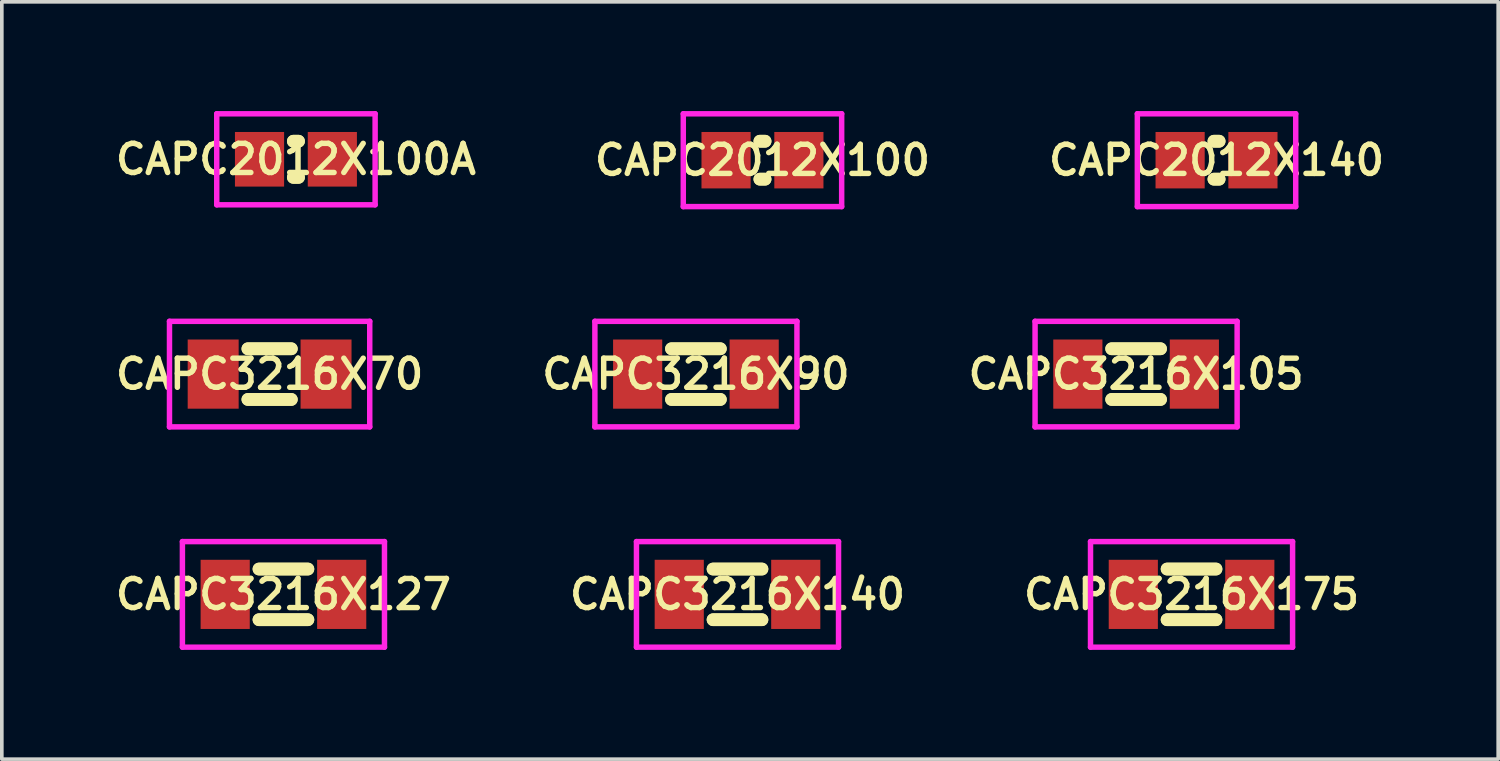
<source format=kicad_pcb>
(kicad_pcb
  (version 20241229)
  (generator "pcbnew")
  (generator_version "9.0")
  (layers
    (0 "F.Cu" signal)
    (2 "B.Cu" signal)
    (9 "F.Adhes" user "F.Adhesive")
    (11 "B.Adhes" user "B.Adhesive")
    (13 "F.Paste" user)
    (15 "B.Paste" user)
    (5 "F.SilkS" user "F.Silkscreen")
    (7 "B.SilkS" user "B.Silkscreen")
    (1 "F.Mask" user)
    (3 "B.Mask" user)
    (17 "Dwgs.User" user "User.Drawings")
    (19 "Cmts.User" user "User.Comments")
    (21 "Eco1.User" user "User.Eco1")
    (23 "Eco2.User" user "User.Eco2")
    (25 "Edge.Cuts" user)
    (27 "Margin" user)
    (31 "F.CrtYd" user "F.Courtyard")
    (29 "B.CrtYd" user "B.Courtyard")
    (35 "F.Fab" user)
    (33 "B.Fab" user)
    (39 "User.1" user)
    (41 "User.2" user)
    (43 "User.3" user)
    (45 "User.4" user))
  (footprint "CAPC2012X140"
    (layer "F.Cu")
    (at 30.363 1.35)
    (property "Reference" "CAPC2012X140" (at 0 0 0) (layer "F.SilkS") (effects (font (size 0.8 0.8) (thickness 0.15))))
    (attr smd)
    (fp_line (start -0.071 -0.521) (end 0.071 -0.521) (stroke (width 0.35) (type solid)) (layer "F.SilkS"))
    (fp_line (start -0.071 0.521) (end 0.071 0.521) (stroke (width 0.35) (type solid)) (layer "F.SilkS"))
    (fp_line (start 0.071 -0.521) (end -0.071 -0.521) (stroke (width 0.35) (type solid)) (layer "F.SilkS"))
    (fp_line (start 0.071 0.521) (end -0.071 0.521) (stroke (width 0.35) (type solid)) (layer "F.SilkS"))
    (fp_line (start -2.175 -1.275) (end 2.175 -1.275) (stroke (width 0.15) (type solid)) (layer "F.CrtYd"))
    (fp_line (start -2.175 1.275) (end -2.175 -1.275) (stroke (width 0.15) (type solid)) (layer "F.CrtYd"))
    (fp_line (start 2.175 -1.275) (end 2.175 1.275) (stroke (width 0.15) (type solid)) (layer "F.CrtYd"))
    (fp_line (start 2.175 1.275) (end -2.175 1.275) (stroke (width 0.15) (type solid)) (layer "F.CrtYd"))
    (pad "1" smd rect (at -1 0) (size 1.35 1.55) (layers "F.Cu" "F.Mask" "F.Paste"))
    (pad "2" smd rect (at 1 0) (size 1.35 1.55) (layers "F.Cu" "F.Mask" "F.Paste")))
  (footprint "CAPC2012X100"
    (layer "F.Cu")
    (at 17.892 1.35)
    (property "Reference" "CAPC2012X100" (at 0 0 0) (layer "F.SilkS") (effects (font (size 0.8 0.8) (thickness 0.15))))
    (attr through_hole)
    (fp_line (start -0.071 -0.521) (end 0.071 -0.521) (stroke (width 0.35) (type solid)) (layer "F.SilkS"))
    (fp_line (start -0.071 0.521) (end 0.071 0.521) (stroke (width 0.35) (type solid)) (layer "F.SilkS"))
    (fp_line (start 0.071 -0.521) (end -0.071 -0.521) (stroke (width 0.35) (type solid)) (layer "F.SilkS"))
    (fp_line (start 0.071 0.521) (end -0.071 0.521) (stroke (width 0.35) (type solid)) (layer "F.SilkS"))
    (fp_line (start -2.175 -1.275) (end 2.175 -1.275) (stroke (width 0.15) (type solid)) (layer "F.CrtYd"))
    (fp_line (start -2.175 1.275) (end -2.175 -1.275) (stroke (width 0.15) (type solid)) (layer "F.CrtYd"))
    (fp_line (start 2.175 -1.275) (end 2.175 1.275) (stroke (width 0.15) (type solid)) (layer "F.CrtYd"))
    (fp_line (start 2.175 1.275) (end -2.175 1.275) (stroke (width 0.15) (type solid)) (layer "F.CrtYd"))
    (pad "1" smd rect (at -1 0) (size 1.35 1.55) (layers "F.Cu" "F.Mask" "F.Paste"))
    (pad "2" smd rect (at 1 0) (size 1.35 1.55) (layers "F.Cu" "F.Mask" "F.Paste")))
  (footprint "CAPC3216X70"
    (layer "F.Cu")
    (at 4.355 7.225)
    (property "Reference" "CAPC3216X70" (at 0 0 0) (layer "F.SilkS") (effects (font (size 0.8 0.8) (thickness 0.15))))
    (attr smd)
    (fp_line (start -0.596 -0.696) (end 0.596 -0.696) (stroke (width 0.35) (type solid)) (layer "F.SilkS"))
    (fp_line (start -0.596 0.696) (end 0.596 0.696) (stroke (width 0.35) (type solid)) (layer "F.SilkS"))
    (fp_line (start 0.596 -0.696) (end -0.596 -0.696) (stroke (width 0.35) (type solid)) (layer "F.SilkS"))
    (fp_line (start 0.596 0.696) (end -0.596 0.696) (stroke (width 0.35) (type solid)) (layer "F.SilkS"))
    (fp_line (start -2.75 -1.45) (end 2.75 -1.45) (stroke (width 0.15) (type solid)) (layer "F.CrtYd"))
    (fp_line (start -2.75 1.45) (end -2.75 -1.45) (stroke (width 0.15) (type solid)) (layer "F.CrtYd"))
    (fp_line (start 2.75 -1.45) (end 2.75 1.45) (stroke (width 0.15) (type solid)) (layer "F.CrtYd"))
    (fp_line (start 2.75 1.45) (end -2.75 1.45) (stroke (width 0.15) (type solid)) (layer "F.CrtYd"))
    (pad "1" smd rect (at -1.55 0) (size 1.4 1.9) (layers "F.Cu" "F.Mask" "F.Paste"))
    (pad "2" smd rect (at 1.55 0) (size 1.4 1.9) (layers "F.Cu" "F.Mask" "F.Paste")))
  (footprint "CAPC2012X100A"
    (layer "F.Cu")
    (at 5.078 1.325)
    (property "Reference" "CAPC2012X100A" (at 0 0 0) (layer "F.SilkS") (effects (font (size 0.8 0.8) (thickness 0.15))))
    (attr through_hole)
    (fp_line (start -0.071 -0.496) (end 0.071 -0.496) (stroke (width 0.35) (type solid)) (layer "F.SilkS"))
    (fp_line (start -0.071 0.496) (end 0.071 0.496) (stroke (width 0.35) (type solid)) (layer "F.SilkS"))
    (fp_line (start 0.071 -0.496) (end -0.071 -0.496) (stroke (width 0.35) (type solid)) (layer "F.SilkS"))
    (fp_line (start 0.071 0.496) (end -0.071 0.496) (stroke (width 0.35) (type solid)) (layer "F.SilkS"))
    (fp_line (start -2.175 -1.25) (end 2.175 -1.25) (stroke (width 0.15) (type solid)) (layer "F.CrtYd"))
    (fp_line (start -2.175 1.25) (end -2.175 -1.25) (stroke (width 0.15) (type solid)) (layer "F.CrtYd"))
    (fp_line (start 2.175 -1.25) (end 2.175 1.25) (stroke (width 0.15) (type solid)) (layer "F.CrtYd"))
    (fp_line (start 2.175 1.25) (end -2.175 1.25) (stroke (width 0.15) (type solid)) (layer "F.CrtYd"))
    (pad "1" smd rect (at -1 0) (size 1.35 1.5) (layers "F.Cu" "F.Mask" "F.Paste"))
    (pad "2" smd rect (at 1 0) (size 1.35 1.5) (layers "F.Cu" "F.Mask" "F.Paste")))
  (footprint "CAPC3216X90"
    (layer "F.Cu")
    (at 16.064 7.225)
    (property "Reference" "CAPC3216X90" (at 0 0 0) (layer "F.SilkS") (effects (font (size 0.8 0.8) (thickness 0.15))))
    (attr smd)
    (fp_line (start -0.671 -0.696) (end 0.671 -0.696) (stroke (width 0.35) (type solid)) (layer "F.SilkS"))
    (fp_line (start -0.671 0.696) (end 0.671 0.696) (stroke (width 0.35) (type solid)) (layer "F.SilkS"))
    (fp_line (start 0.671 -0.696) (end -0.671 -0.696) (stroke (width 0.35) (type solid)) (layer "F.SilkS"))
    (fp_line (start 0.671 0.696) (end -0.671 0.696) (stroke (width 0.35) (type solid)) (layer "F.SilkS"))
    (fp_line (start -2.775 -1.45) (end 2.775 -1.45) (stroke (width 0.15) (type solid)) (layer "F.CrtYd"))
    (fp_line (start -2.775 1.45) (end -2.775 -1.45) (stroke (width 0.15) (type solid)) (layer "F.CrtYd"))
    (fp_line (start 2.775 -1.45) (end 2.775 1.45) (stroke (width 0.15) (type solid)) (layer "F.CrtYd"))
    (fp_line (start 2.775 1.45) (end -2.775 1.45) (stroke (width 0.15) (type solid)) (layer "F.CrtYd"))
    (pad "1" smd rect (at -1.6 0) (size 1.35 1.9) (layers "F.Cu" "F.Mask" "F.Paste"))
    (pad "2" smd rect (at 1.6 0) (size 1.35 1.9) (layers "F.Cu" "F.Mask" "F.Paste")))
  (footprint "CAPC3216X140"
    (layer "F.Cu")
    (at 17.206 13.275)
    (property "Reference" "CAPC3216X140" (at 0 0 0) (layer "F.SilkS") (effects (font (size 0.8 0.8) (thickness 0.15))))
    (attr smd)
    (fp_line (start -0.671 -0.696) (end 0.671 -0.696) (stroke (width 0.35) (type solid)) (layer "F.SilkS"))
    (fp_line (start -0.671 0.696) (end 0.671 0.696) (stroke (width 0.35) (type solid)) (layer "F.SilkS"))
    (fp_line (start 0.671 -0.696) (end -0.671 -0.696) (stroke (width 0.35) (type solid)) (layer "F.SilkS"))
    (fp_line (start 0.671 0.696) (end -0.671 0.696) (stroke (width 0.35) (type solid)) (layer "F.SilkS"))
    (fp_line (start -2.775 -1.45) (end 2.775 -1.45) (stroke (width 0.15) (type solid)) (layer "F.CrtYd"))
    (fp_line (start -2.775 1.45) (end -2.775 -1.45) (stroke (width 0.15) (type solid)) (layer "F.CrtYd"))
    (fp_line (start 2.775 -1.45) (end 2.775 1.45) (stroke (width 0.15) (type solid)) (layer "F.CrtYd"))
    (fp_line (start 2.775 1.45) (end -2.775 1.45) (stroke (width 0.15) (type solid)) (layer "F.CrtYd"))
    (pad "1" smd rect (at -1.6 0) (size 1.35 1.9) (layers "F.Cu" "F.Mask" "F.Paste"))
    (pad "2" smd rect (at 1.6 0) (size 1.35 1.9) (layers "F.Cu" "F.Mask" "F.Paste")))
  (footprint "CAPC3216X105"
    (layer "F.Cu")
    (at 28.154 7.225)
    (property "Reference" "CAPC3216X105" (at 0 0 0) (layer "F.SilkS") (effects (font (size 0.8 0.8) (thickness 0.15))))
    (attr smd)
    (fp_line (start -0.671 -0.696) (end 0.671 -0.696) (stroke (width 0.35) (type solid)) (layer "F.SilkS"))
    (fp_line (start -0.671 0.696) (end 0.671 0.696) (stroke (width 0.35) (type solid)) (layer "F.SilkS"))
    (fp_line (start 0.671 -0.696) (end -0.671 -0.696) (stroke (width 0.35) (type solid)) (layer "F.SilkS"))
    (fp_line (start 0.671 0.696) (end -0.671 0.696) (stroke (width 0.35) (type solid)) (layer "F.SilkS"))
    (fp_line (start -2.775 -1.45) (end 2.775 -1.45) (stroke (width 0.15) (type solid)) (layer "F.CrtYd"))
    (fp_line (start -2.775 1.45) (end -2.775 -1.45) (stroke (width 0.15) (type solid)) (layer "F.CrtYd"))
    (fp_line (start 2.775 -1.45) (end 2.775 1.45) (stroke (width 0.15) (type solid)) (layer "F.CrtYd"))
    (fp_line (start 2.775 1.45) (end -2.775 1.45) (stroke (width 0.15) (type solid)) (layer "F.CrtYd"))
    (pad "1" smd rect (at -1.6 0) (size 1.35 1.9) (layers "F.Cu" "F.Mask" "F.Paste"))
    (pad "2" smd rect (at 1.6 0) (size 1.35 1.9) (layers "F.Cu" "F.Mask" "F.Paste")))
  (footprint "CAPC3216X175"
    (layer "F.Cu")
    (at 29.677 13.275)
    (property "Reference" "CAPC3216X175" (at 0 0 0) (layer "F.SilkS") (effects (font (size 0.8 0.8) (thickness 0.15))))
    (attr smd)
    (fp_line (start -0.671 -0.696) (end 0.671 -0.696) (stroke (width 0.35) (type solid)) (layer "F.SilkS"))
    (fp_line (start -0.671 0.696) (end 0.671 0.696) (stroke (width 0.35) (type solid)) (layer "F.SilkS"))
    (fp_line (start 0.671 -0.696) (end -0.671 -0.696) (stroke (width 0.35) (type solid)) (layer "F.SilkS"))
    (fp_line (start 0.671 0.696) (end -0.671 0.696) (stroke (width 0.35) (type solid)) (layer "F.SilkS"))
    (fp_line (start -2.775 -1.45) (end 2.775 -1.45) (stroke (width 0.15) (type solid)) (layer "F.CrtYd"))
    (fp_line (start -2.775 1.45) (end -2.775 -1.45) (stroke (width 0.15) (type solid)) (layer "F.CrtYd"))
    (fp_line (start 2.775 -1.45) (end 2.775 1.45) (stroke (width 0.15) (type solid)) (layer "F.CrtYd"))
    (fp_line (start 2.775 1.45) (end -2.775 1.45) (stroke (width 0.15) (type solid)) (layer "F.CrtYd"))
    (pad "1" smd rect (at -1.6 0) (size 1.35 1.9) (layers "F.Cu" "F.Mask" "F.Paste"))
    (pad "2" smd rect (at 1.6 0) (size 1.35 1.9) (layers "F.Cu" "F.Mask" "F.Paste")))
  (footprint "CAPC3216X127"
    (layer "F.Cu")
    (at 4.735 13.275)
    (property "Reference" "CAPC3216X127" (at 0 0 0) (layer "F.SilkS") (effects (font (size 0.8 0.8) (thickness 0.15))))
    (attr smd)
    (fp_line (start -0.671 -0.696) (end 0.671 -0.696) (stroke (width 0.35) (type solid)) (layer "F.SilkS"))
    (fp_line (start -0.671 0.696) (end 0.671 0.696) (stroke (width 0.35) (type solid)) (layer "F.SilkS"))
    (fp_line (start 0.671 -0.696) (end -0.671 -0.696) (stroke (width 0.35) (type solid)) (layer "F.SilkS"))
    (fp_line (start 0.671 0.696) (end -0.671 0.696) (stroke (width 0.35) (type solid)) (layer "F.SilkS"))
    (fp_line (start -2.775 -1.45) (end 2.775 -1.45) (stroke (width 0.15) (type solid)) (layer "F.CrtYd"))
    (fp_line (start -2.775 1.45) (end -2.775 -1.45) (stroke (width 0.15) (type solid)) (layer "F.CrtYd"))
    (fp_line (start 2.775 -1.45) (end 2.775 1.45) (stroke (width 0.15) (type solid)) (layer "F.CrtYd"))
    (fp_line (start 2.775 1.45) (end -2.775 1.45) (stroke (width 0.15) (type solid)) (layer "F.CrtYd"))
    (pad "1" smd rect (at -1.6 0) (size 1.35 1.9) (layers "F.Cu" "F.Mask" "F.Paste"))
    (pad "2" smd rect (at 1.6 0) (size 1.35 1.9) (layers "F.Cu" "F.Mask" "F.Paste")))
  (gr_rect
    (start -3 -3)
    (end 38.099 17.8)
    (stroke (width 0.1) (type default))
    (fill no)
    (layer "Edge.Cuts")))
</source>
